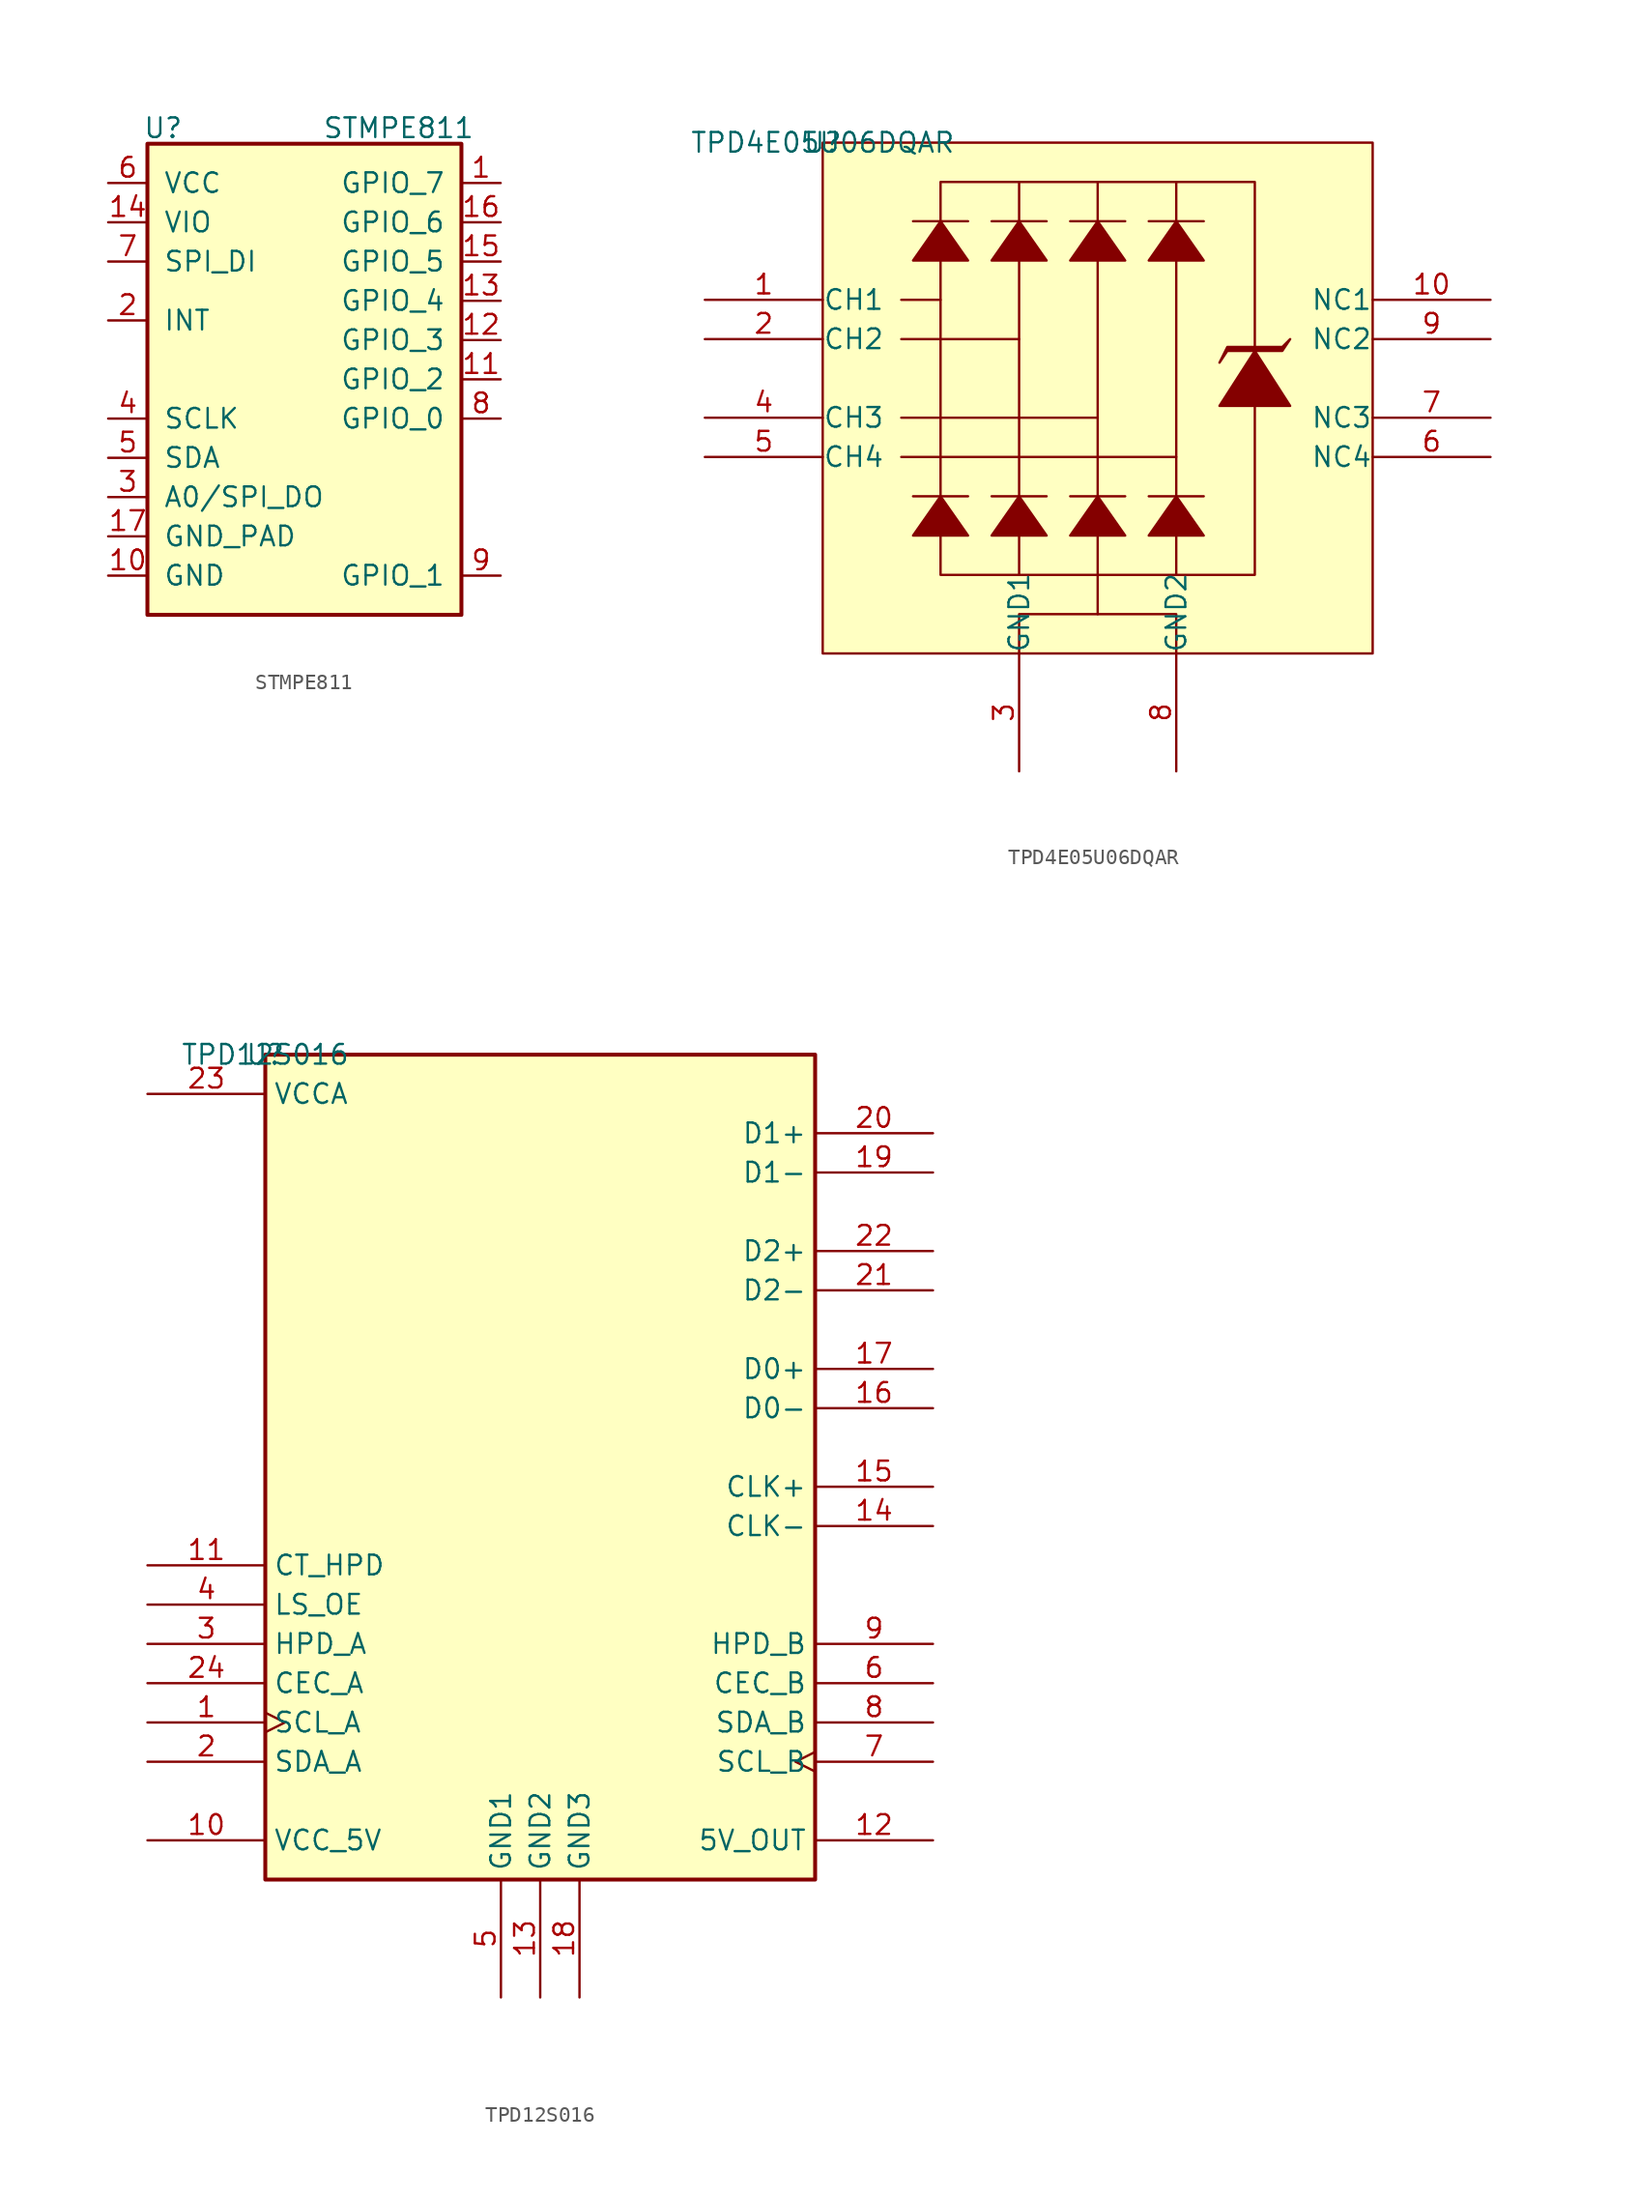
<source format=kicad_sym>
(kicad_symbol_lib
  (version 20201005)
  (generator kicad_symbol_editor)
  (symbol "beaglebone-ai:STMPE811"
    (pin_names
      (offset 1.016))
    (property "Reference" "U"
      (at -9.144 16.256 0)
      (effects (font (size 1.27 1.27))))
    (property "Value" "STMPE811"
      (at 6.096 16.256 0)
      (effects (font (size 1.27 1.27))))
    (symbol "STMPE811_0_1"
      (rectangle (start -10.16 15.24) (end 10.16 -15.24) (stroke (width 0.254)) (fill (type background))))
    (symbol "STMPE811_1_1"
      (pin bidirectional line (at 12.7 -2.54 180) (length 2.54) (name "GPIO_0" (effects (font (size 1.27 1.27)))) (number "8" (effects (font (size 1.27 1.27)))))
      (pin input line (at -12.7 -7.62 0) (length 2.54) (name "A0/SPI_DO" (effects (font (size 1.27 1.27)))) (number "3" (effects (font (size 1.27 1.27)))))
      (pin input line (at -12.7 -2.54 0) (length 2.54) (name "SCLK" (effects (font (size 1.27 1.27)))) (number "4" (effects (font (size 1.27 1.27)))))
      (pin bidirectional line (at 12.7 -12.7 180) (length 2.54) (name "GPIO_1" (effects (font (size 1.27 1.27)))) (number "9" (effects (font (size 1.27 1.27)))))
      (pin bidirectional line (at -12.7 -5.08 0) (length 2.54) (name "SDA" (effects (font (size 1.27 1.27)))) (number "5" (effects (font (size 1.27 1.27)))))
      (pin power_in line (at -12.7 12.7 0) (length 2.54) (name "VCC" (effects (font (size 1.27 1.27)))) (number "6" (effects (font (size 1.27 1.27)))))
      (pin output line (at -12.7 3.81 0) (length 2.54) (name "INT" (effects (font (size 1.27 1.27)))) (number "2" (effects (font (size 1.27 1.27)))))
      (pin input line (at -12.7 10.16 0) (length 2.54) (name "VIO" (effects (font (size 1.27 1.27)))) (number "14" (effects (font (size 1.27 1.27)))))
      (pin input line (at -12.7 7.62 0) (length 2.54) (name "SPI_DI" (effects (font (size 1.27 1.27)))) (number "7" (effects (font (size 1.27 1.27)))))
      (pin bidirectional line (at 12.7 0 180) (length 2.54) (name "GPIO_2" (effects (font (size 1.27 1.27)))) (number "11" (effects (font (size 1.27 1.27)))))
      (pin bidirectional line (at 12.7 2.54 180) (length 2.54) (name "GPIO_3" (effects (font (size 1.27 1.27)))) (number "12" (effects (font (size 1.27 1.27)))))
      (pin bidirectional line (at 12.7 5.08 180) (length 2.54) (name "GPIO_4" (effects (font (size 1.27 1.27)))) (number "13" (effects (font (size 1.27 1.27)))))
      (pin bidirectional line (at 12.7 7.62 180) (length 2.54) (name "GPIO_5" (effects (font (size 1.27 1.27)))) (number "15" (effects (font (size 1.27 1.27)))))
      (pin bidirectional line (at 12.7 10.16 180) (length 2.54) (name "GPIO_6" (effects (font (size 1.27 1.27)))) (number "16" (effects (font (size 1.27 1.27)))))
      (pin bidirectional line (at 12.7 12.7 180) (length 2.54) (name "GPIO_7" (effects (font (size 1.27 1.27)))) (number "1" (effects (font (size 1.27 1.27)))))
      (pin power_in line (at -12.7 -12.7 0) (length 2.54) (name "GND" (effects (font (size 1.27 1.27)))) (number "10" (effects (font (size 1.27 1.27)))))
      (pin power_in line (at -12.7 -10.16 0) (length 2.54) (name "GND_PAD" (effects (font (size 1.27 1.27)))) (number "17" (effects (font (size 1.27 1.27)))))))
  (symbol "beaglebone-ai:TPD4E05U06DQAR"
    (pin_names
      (offset 0.002))
    (property "Reference" "U"
      (at 0 0 0)
      (effects (font (size 1.27 1.27))))
    (property "Value" "TPD4E05U06DQAR"
      (at 0 0 0)
      (effects (font (size 1.27 1.27))))
    (symbol "TPD4E05U06DQAR_1_0"
      (rectangle (start 27.94 -2.54) (end 7.62 -27.94) (stroke (width 0)) (fill (type background)))
      (rectangle (start 35.56 0) (end 0 -33.02) (stroke (width 0)) (fill (type background)))
      (polyline (pts (xy 24.638 -5.08) (xy 21.082 -5.08)) (stroke (width 0)) (fill (type none)))
      (polyline (pts (xy 12.7 -12.7) (xy 5.08 -12.7)) (stroke (width 0)) (fill (type none)))
      (polyline (pts (xy 24.638 -22.86) (xy 21.082 -22.86)) (stroke (width 0)) (fill (type none)))
      (polyline (pts (xy 9.398 -22.86) (xy 5.842 -22.86)) (stroke (width 0)) (fill (type none)))
      (polyline (pts (xy 9.398 -5.08) (xy 5.842 -5.08)) (stroke (width 0)) (fill (type none)))
      (polyline (pts (xy 7.62 -10.16) (xy 5.08 -10.16)) (stroke (width 0)) (fill (type none)))
      (polyline (pts (xy 22.86 -20.32) (xy 5.08 -20.32)) (stroke (width 0)) (fill (type none)))
      (polyline (pts (xy 14.478 -22.86) (xy 10.922 -22.86)) (stroke (width 0)) (fill (type none)))
      (polyline (pts (xy 12.7 -2.54) (xy 12.7 -27.94)) (stroke (width 0)) (fill (type none)))
      (polyline (pts (xy 14.478 -5.08) (xy 10.922 -5.08)) (stroke (width 0)) (fill (type none)))
      (polyline (pts (xy 19.558 -22.86) (xy 16.002 -22.86)) (stroke (width 0)) (fill (type none)))
      (polyline (pts (xy 17.78 -2.54) (xy 17.78 -30.48)) (stroke (width 0)) (fill (type none)))
      (polyline (pts (xy 19.558 -5.08) (xy 16.002 -5.08)) (stroke (width 0)) (fill (type none)))
      (polyline (pts (xy 17.78 -17.78) (xy 17.78 -17.78) (xy 5.08 -17.78)) (stroke (width 0)) (fill (type none)))
      (polyline (pts (xy 12.7 -33.02) (xy 12.7 -33.02) (xy 12.7 -30.48) (xy 22.86 -30.48) (xy 22.86 -33.02)) (stroke (width 0)) (fill (type none)))
      (polyline (pts (xy 22.86 -2.54) (xy 22.86 -2.54) (xy 22.86 -27.94)) (stroke (width 0)) (fill (type none)))
      (polyline (pts (xy 9.398 -25.4) (xy 9.398 -25.4) (xy 5.842 -25.4) (xy 7.62 -22.86) (xy 9.398 -25.4) (xy 9.398 -25.4)) (stroke (width 0)) (fill (type outline)))
      (polyline (pts (xy 24.638 -25.4) (xy 24.638 -25.4) (xy 21.082 -25.4) (xy 22.86 -22.86) (xy 24.638 -25.4) (xy 24.638 -25.4)) (stroke (width 0)) (fill (type outline)))
      (polyline (pts (xy 24.638 -7.62) (xy 24.638 -7.62) (xy 21.082 -7.62) (xy 22.86 -5.08) (xy 24.638 -7.62) (xy 24.638 -7.62)) (stroke (width 0)) (fill (type outline)))
      (polyline (pts (xy 9.398 -7.62) (xy 9.398 -7.62) (xy 5.842 -7.62) (xy 7.62 -5.08) (xy 9.398 -7.62) (xy 9.398 -7.62)) (stroke (width 0)) (fill (type outline)))
      (polyline (pts (xy 14.478 -7.62) (xy 14.478 -7.62) (xy 10.922 -7.62) (xy 12.7 -5.08) (xy 14.478 -7.62) (xy 14.478 -7.62)) (stroke (width 0)) (fill (type outline)))
      (polyline (pts (xy 14.478 -25.4) (xy 14.478 -25.4) (xy 10.922 -25.4) (xy 12.7 -22.86) (xy 14.478 -25.4) (xy 14.478 -25.4)) (stroke (width 0)) (fill (type outline)))
      (polyline (pts (xy 19.558 -7.62) (xy 19.558 -7.62) (xy 16.002 -7.62) (xy 17.78 -5.08) (xy 19.558 -7.62) (xy 19.558 -7.62)) (stroke (width 0)) (fill (type outline)))
      (polyline (pts (xy 19.558 -25.4) (xy 19.558 -25.4) (xy 16.002 -25.4) (xy 17.78 -22.86) (xy 19.558 -25.4) (xy 19.558 -25.4)) (stroke (width 0)) (fill (type outline)))
      (polyline (pts (xy 27.94 -13.462) (xy 27.94 -13.462) (xy 30.226 -17.018) (xy 25.654 -17.018) (xy 27.94 -13.462) (xy 27.94 -13.462)) (stroke (width 0)) (fill (type outline)))
      (polyline (pts (xy 25.654 -14.224) (xy 25.654 -14.224) (xy 26.162 -13.462) (xy 29.718 -13.462) (xy 30.226 -12.7) (xy 29.718 -13.208) (xy 26.162 -13.208) (xy 25.654 -14.224) (xy 25.654 -14.224)) (stroke (width 0)) (fill (type outline)))
      (pin passive line (at -7.62 -10.16 0) (length 7.62) (name "CH1" (effects (font (size 1.27 1.27)))) (number "1" (effects (font (size 1.27 1.27)))))
      (pin passive line (at -7.62 -12.7 0) (length 7.62) (name "CH2" (effects (font (size 1.27 1.27)))) (number "2" (effects (font (size 1.27 1.27)))))
      (pin power_in line (at 12.7 -40.64 90) (length 7.62) (name "GND1" (effects (font (size 1.27 1.27)))) (number "3" (effects (font (size 1.27 1.27)))))
      (pin passive line (at -7.62 -17.78 0) (length 7.62) (name "CH3" (effects (font (size 1.27 1.27)))) (number "4" (effects (font (size 1.27 1.27)))))
      (pin passive line (at -7.62 -20.32 0) (length 7.62) (name "CH4" (effects (font (size 1.27 1.27)))) (number "5" (effects (font (size 1.27 1.27)))))
      (pin passive line (at 43.18 -20.32 180) (length 7.62) (name "NC4" (effects (font (size 1.27 1.27)))) (number "6" (effects (font (size 1.27 1.27)))))
      (pin passive line (at 43.18 -17.78 180) (length 7.62) (name "NC3" (effects (font (size 1.27 1.27)))) (number "7" (effects (font (size 1.27 1.27)))))
      (pin power_in line (at 22.86 -40.64 90) (length 7.62) (name "GND2" (effects (font (size 1.27 1.27)))) (number "8" (effects (font (size 1.27 1.27)))))
      (pin passive line (at 43.18 -12.7 180) (length 7.62) (name "NC2" (effects (font (size 1.27 1.27)))) (number "9" (effects (font (size 1.27 1.27)))))
      (pin passive line (at 43.18 -10.16 180) (length 7.62) (name "NC1" (effects (font (size 1.27 1.27)))) (number "10" (effects (font (size 1.27 1.27)))))))
  (symbol "beaglebone-ai:TPD12S016"
    (property "Reference" "U"
      (at 0 0 0)
      (effects (font (size 1.27 1.27))))
    (property "Value" "TPD12S016"
      (at 0 0 0)
      (effects (font (size 1.27 1.27))))
    (symbol "TPD12S016_1_0"
      (rectangle (start 35.56 0) (end 0 -53.34) (stroke (width 0.254)) (fill (type background)))
      (pin bidirectional clock (at -7.62 -43.18 0) (length 7.62) (name "SCL_A" (effects (font (size 1.27 1.27)))) (number "1" (effects (font (size 1.27 1.27)))))
      (pin bidirectional line (at -7.62 -45.72 0) (length 7.62) (name "SDA_A" (effects (font (size 1.27 1.27)))) (number "2" (effects (font (size 1.27 1.27)))))
      (pin bidirectional line (at -7.62 -40.64 0) (length 7.62) (name "CEC_A" (effects (font (size 1.27 1.27)))) (number "24" (effects (font (size 1.27 1.27)))))
      (pin output line (at -7.62 -38.1 0) (length 7.62) (name "HPD_A" (effects (font (size 1.27 1.27)))) (number "3" (effects (font (size 1.27 1.27)))))
      (pin bidirectional line (at 43.18 -40.64 180) (length 7.62) (name "CEC_B" (effects (font (size 1.27 1.27)))) (number "6" (effects (font (size 1.27 1.27)))))
      (pin input line (at 43.18 -38.1 180) (length 7.62) (name "HPD_B" (effects (font (size 1.27 1.27)))) (number "9" (effects (font (size 1.27 1.27)))))
      (pin bidirectional clock (at 43.18 -45.72 180) (length 7.62) (name "SCL_B" (effects (font (size 1.27 1.27)))) (number "7" (effects (font (size 1.27 1.27)))))
      (pin bidirectional line (at 43.18 -43.18 180) (length 7.62) (name "SDA_B" (effects (font (size 1.27 1.27)))) (number "8" (effects (font (size 1.27 1.27)))))
      (pin power_in line (at -7.62 -2.54 0) (length 7.62) (name "VCCA" (effects (font (size 1.27 1.27)))) (number "23" (effects (font (size 1.27 1.27)))))
      (pin bidirectional line (at -7.62 -35.56 0) (length 7.62) (name "LS_OE" (effects (font (size 1.27 1.27)))) (number "4" (effects (font (size 1.27 1.27)))))
      (pin bidirectional line (at -7.62 -33.02 0) (length 7.62) (name "CT_HPD" (effects (font (size 1.27 1.27)))) (number "11" (effects (font (size 1.27 1.27)))))
      (pin power_in line (at 43.18 -50.8 180) (length 7.62) (name "5V_OUT" (effects (font (size 1.27 1.27)))) (number "12" (effects (font (size 1.27 1.27)))))
      (pin bidirectional line (at -7.62 -50.8 0) (length 7.62) (name "VCC_5V" (effects (font (size 1.27 1.27)))) (number "10" (effects (font (size 1.27 1.27)))))
      (pin passive line (at 43.18 -5.08 180) (length 7.62) (name "D1+" (effects (font (size 1.27 1.27)))) (number "20" (effects (font (size 1.27 1.27)))))
      (pin passive line (at 43.18 -7.62 180) (length 7.62) (name "D1-" (effects (font (size 1.27 1.27)))) (number "19" (effects (font (size 1.27 1.27)))))
      (pin passive line (at 43.18 -12.7 180) (length 7.62) (name "D2+" (effects (font (size 1.27 1.27)))) (number "22" (effects (font (size 1.27 1.27)))))
      (pin passive line (at 43.18 -15.24 180) (length 7.62) (name "D2-" (effects (font (size 1.27 1.27)))) (number "21" (effects (font (size 1.27 1.27)))))
      (pin passive line (at 43.18 -20.32 180) (length 7.62) (name "D0+" (effects (font (size 1.27 1.27)))) (number "17" (effects (font (size 1.27 1.27)))))
      (pin passive line (at 43.18 -22.86 180) (length 7.62) (name "D0-" (effects (font (size 1.27 1.27)))) (number "16" (effects (font (size 1.27 1.27)))))
      (pin passive line (at 43.18 -27.94 180) (length 7.62) (name "CLK+" (effects (font (size 1.27 1.27)))) (number "15" (effects (font (size 1.27 1.27)))))
      (pin passive line (at 43.18 -30.48 180) (length 7.62) (name "CLK-" (effects (font (size 1.27 1.27)))) (number "14" (effects (font (size 1.27 1.27)))))
      (pin power_in line (at 15.24 -60.96 90) (length 7.62) (name "GND1" (effects (font (size 1.27 1.27)))) (number "5" (effects (font (size 1.27 1.27)))))
      (pin power_in line (at 20.32 -60.96 90) (length 7.62) (name "GND3" (effects (font (size 1.27 1.27)))) (number "18" (effects (font (size 1.27 1.27)))))
      (pin power_in line (at 17.78 -60.96 90) (length 7.62) (name "GND2" (effects (font (size 1.27 1.27)))) (number "13" (effects (font (size 1.27 1.27))))))))
</source>
